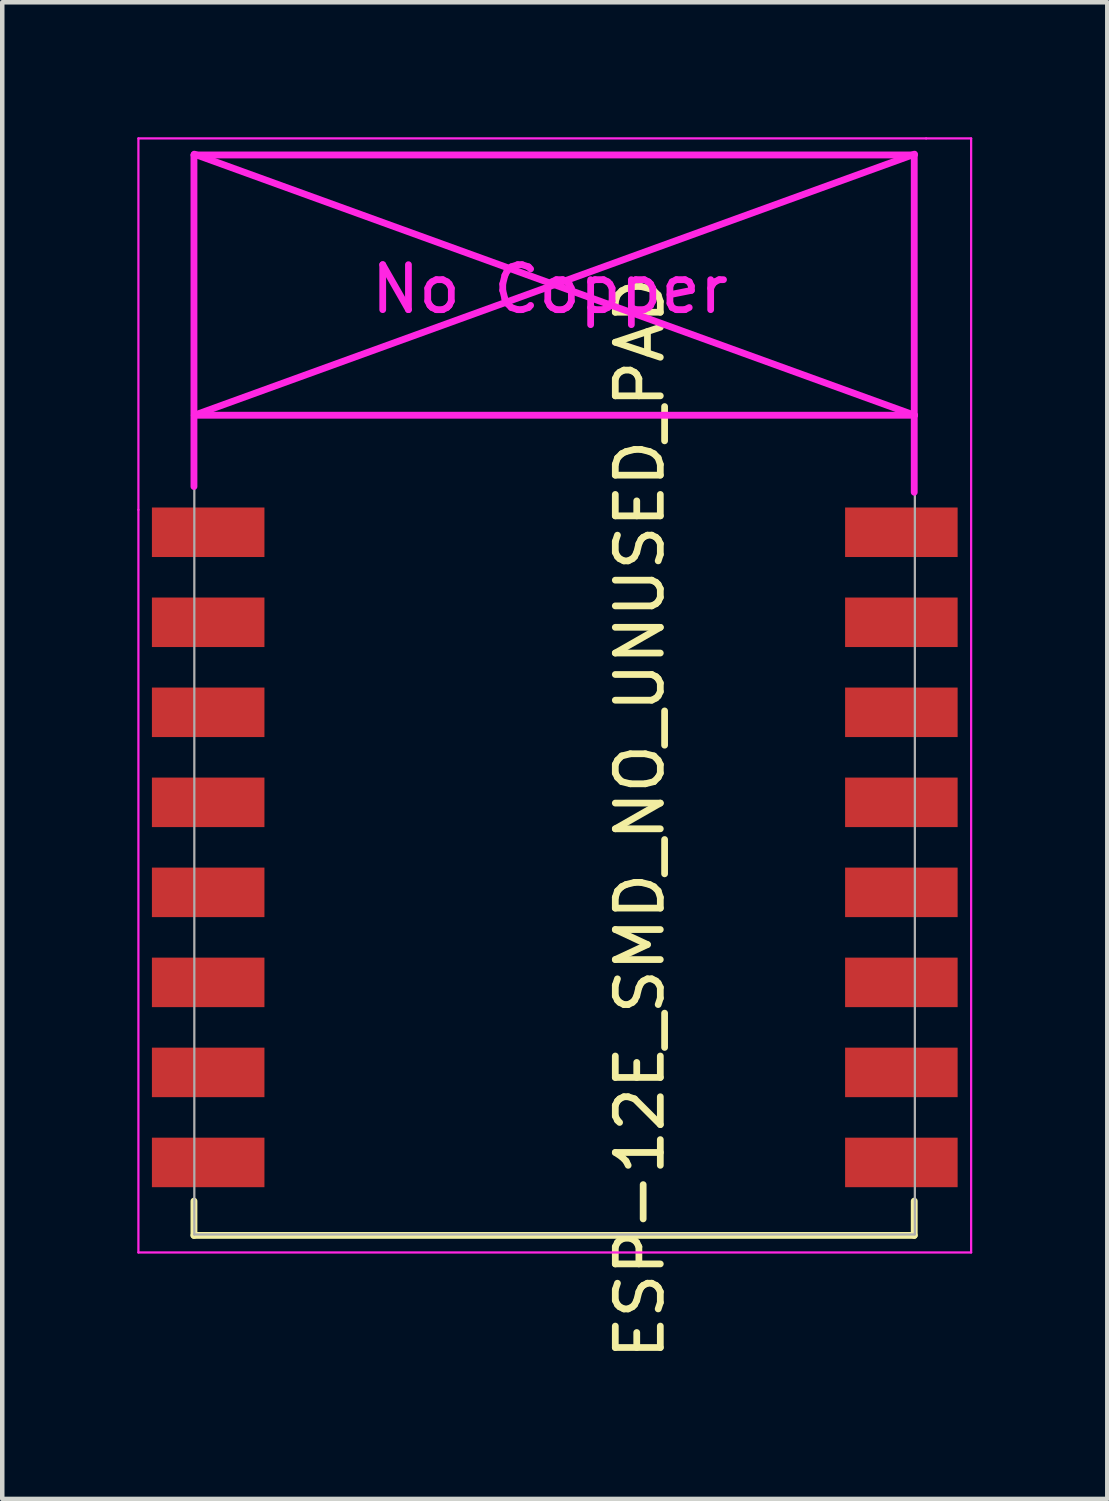
<source format=kicad_pcb>
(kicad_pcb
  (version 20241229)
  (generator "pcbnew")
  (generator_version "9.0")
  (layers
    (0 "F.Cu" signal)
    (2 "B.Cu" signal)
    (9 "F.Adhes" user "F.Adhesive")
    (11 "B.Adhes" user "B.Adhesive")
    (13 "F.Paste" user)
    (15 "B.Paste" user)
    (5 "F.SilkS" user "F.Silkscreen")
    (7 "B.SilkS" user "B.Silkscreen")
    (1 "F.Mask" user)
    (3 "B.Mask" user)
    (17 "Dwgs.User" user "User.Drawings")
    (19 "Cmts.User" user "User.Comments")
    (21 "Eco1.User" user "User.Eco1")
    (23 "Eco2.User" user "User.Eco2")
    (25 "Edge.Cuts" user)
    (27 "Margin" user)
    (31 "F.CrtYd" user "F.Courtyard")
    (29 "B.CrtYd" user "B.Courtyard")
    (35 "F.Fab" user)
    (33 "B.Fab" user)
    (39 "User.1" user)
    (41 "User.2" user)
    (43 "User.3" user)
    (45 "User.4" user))
  (footprint "ESP-12E_SMD_NO_UNUSED_PAD"
    (layer "F.Cu")
    (at 2.275 8.775)
    (property "Reference" "ESP-12E_SMD_NO_UNUSED_PAD" (at 8.89 6.35 90) (layer "F.SilkS") (effects (font (size 1 1) (thickness 0.15))))
    (attr through_hole)
    (fp_line (start -1.016 14.859) (end -1.016 15.621) (stroke (width 0.152) (type solid)) (layer "F.SilkS"))
    (fp_line (start -1.016 15.621) (end 14.986 15.621) (stroke (width 0.152) (type solid)) (layer "F.SilkS"))
    (fp_line (start 14.986 15.621) (end 14.986 14.859) (stroke (width 0.152) (type solid)) (layer "F.SilkS"))
    (fp_line (start -2.25 -8.75) (end 15.25 -8.75) (stroke (width 0.05) (type solid)) (layer "F.CrtYd"))
    (fp_line (start -2.25 -0.5) (end -2.25 -8.75) (stroke (width 0.05) (type solid)) (layer "F.CrtYd"))
    (fp_line (start -2.25 16) (end -2.25 -0.5) (stroke (width 0.05) (type solid)) (layer "F.CrtYd"))
    (fp_line (start -1.016 -8.382) (end -1.016 -1.016) (stroke (width 0.152) (type solid)) (layer "F.CrtYd"))
    (fp_line (start -1.016 -8.382) (end 14.986 -8.382) (stroke (width 0.152) (type solid)) (layer "F.CrtYd"))
    (fp_line (start -1.008 -8.4) (end 14.992 -2.6) (stroke (width 0.152) (type solid)) (layer "F.CrtYd"))
    (fp_line (start -1.008 -2.6) (end 14.992 -2.6) (stroke (width 0.152) (type solid)) (layer "F.CrtYd"))
    (fp_line (start 14.986 -8.382) (end 14.986 -0.889) (stroke (width 0.152) (type solid)) (layer "F.CrtYd"))
    (fp_line (start 14.992 -8.4) (end -1.008 -2.6) (stroke (width 0.152) (type solid)) (layer "F.CrtYd"))
    (fp_line (start 15.25 -8.75) (end 16.25 -8.75) (stroke (width 0.05) (type solid)) (layer "F.CrtYd"))
    (fp_line (start 16.25 -8.75) (end 16.25 16) (stroke (width 0.05) (type solid)) (layer "F.CrtYd"))
    (fp_line (start 16.25 16) (end -2.25 16) (stroke (width 0.05) (type solid)) (layer "F.CrtYd"))
    (fp_line (start -1.008 -8.4) (end 14.992 -8.4) (stroke (width 0.05) (type solid)) (layer "F.Fab"))
    (fp_line (start -1.008 15.6) (end -1.008 -8.4) (stroke (width 0.05) (type solid)) (layer "F.Fab"))
    (fp_line (start 14.992 15.6) (end -1.008 15.6) (stroke (width 0.05) (type solid)) (layer "F.Fab"))
    (fp_line (start 15 -8.4) (end 15 15.6) (stroke (width 0.05) (type solid)) (layer "F.Fab"))
    (fp_text user "No Copper" (at 6.892 -5.4 0) (layer "F.CrtYd") (effects (font (size 1 1) (thickness 0.15))))
    (pad "1" smd rect (at 0 0) (size 2.5 1.1) (drill (offset -0.7 0)) (layers "F.Cu" "F.Mask" "F.Paste"))
    (pad "2" smd rect (at 0 2) (size 2.5 1.1) (drill (offset -0.7 0)) (layers "F.Cu" "F.Mask" "F.Paste"))
    (pad "3" smd rect (at 0 4) (size 2.5 1.1) (drill (offset -0.7 0)) (layers "F.Cu" "F.Mask" "F.Paste"))
    (pad "4" smd rect (at 0 6) (size 2.5 1.1) (drill (offset -0.7 0)) (layers "F.Cu" "F.Mask" "F.Paste"))
    (pad "5" smd rect (at 0 8) (size 2.5 1.1) (drill (offset -0.7 0)) (layers "F.Cu" "F.Mask" "F.Paste"))
    (pad "6" smd rect (at 0 10) (size 2.5 1.1) (drill (offset -0.7 0)) (layers "F.Cu" "F.Mask" "F.Paste"))
    (pad "7" smd rect (at 0 12) (size 2.5 1.1) (drill (offset -0.7 0)) (layers "F.Cu" "F.Mask" "F.Paste"))
    (pad "8" smd rect (at 0 14) (size 2.5 1.1) (drill (offset -0.7 0)) (layers "F.Cu" "F.Mask" "F.Paste"))
    (pad "9" smd rect (at 14 14) (size 2.5 1.1) (drill (offset 0.7 0)) (layers "F.Cu" "F.Mask" "F.Paste"))
    (pad "10" smd rect (at 14 12) (size 2.5 1.1) (drill (offset 0.7 0)) (layers "F.Cu" "F.Mask" "F.Paste"))
    (pad "11" smd rect (at 14 10) (size 2.5 1.1) (drill (offset 0.7 0)) (layers "F.Cu" "F.Mask" "F.Paste"))
    (pad "12" smd rect (at 14 8) (size 2.5 1.1) (drill (offset 0.7 0)) (layers "F.Cu" "F.Mask" "F.Paste"))
    (pad "13" smd rect (at 14 6) (size 2.5 1.1) (drill (offset 0.7 0)) (layers "F.Cu" "F.Mask" "F.Paste"))
    (pad "14" smd rect (at 14 4) (size 2.5 1.1) (drill (offset 0.7 0)) (layers "F.Cu" "F.Mask" "F.Paste"))
    (pad "15" smd rect (at 14 2) (size 2.5 1.1) (drill (offset 0.7 0)) (layers "F.Cu" "F.Mask" "F.Paste"))
    (pad "16" smd rect (at 14 0) (size 2.5 1.1) (drill (offset 0.7 0)) (layers "F.Cu" "F.Mask" "F.Paste")))
  (gr_rect
    (start -3 -3)
    (end 21.55 30.25)
    (stroke (width 0.1) (type default))
    (fill no)
    (layer "Edge.Cuts")))
</source>
